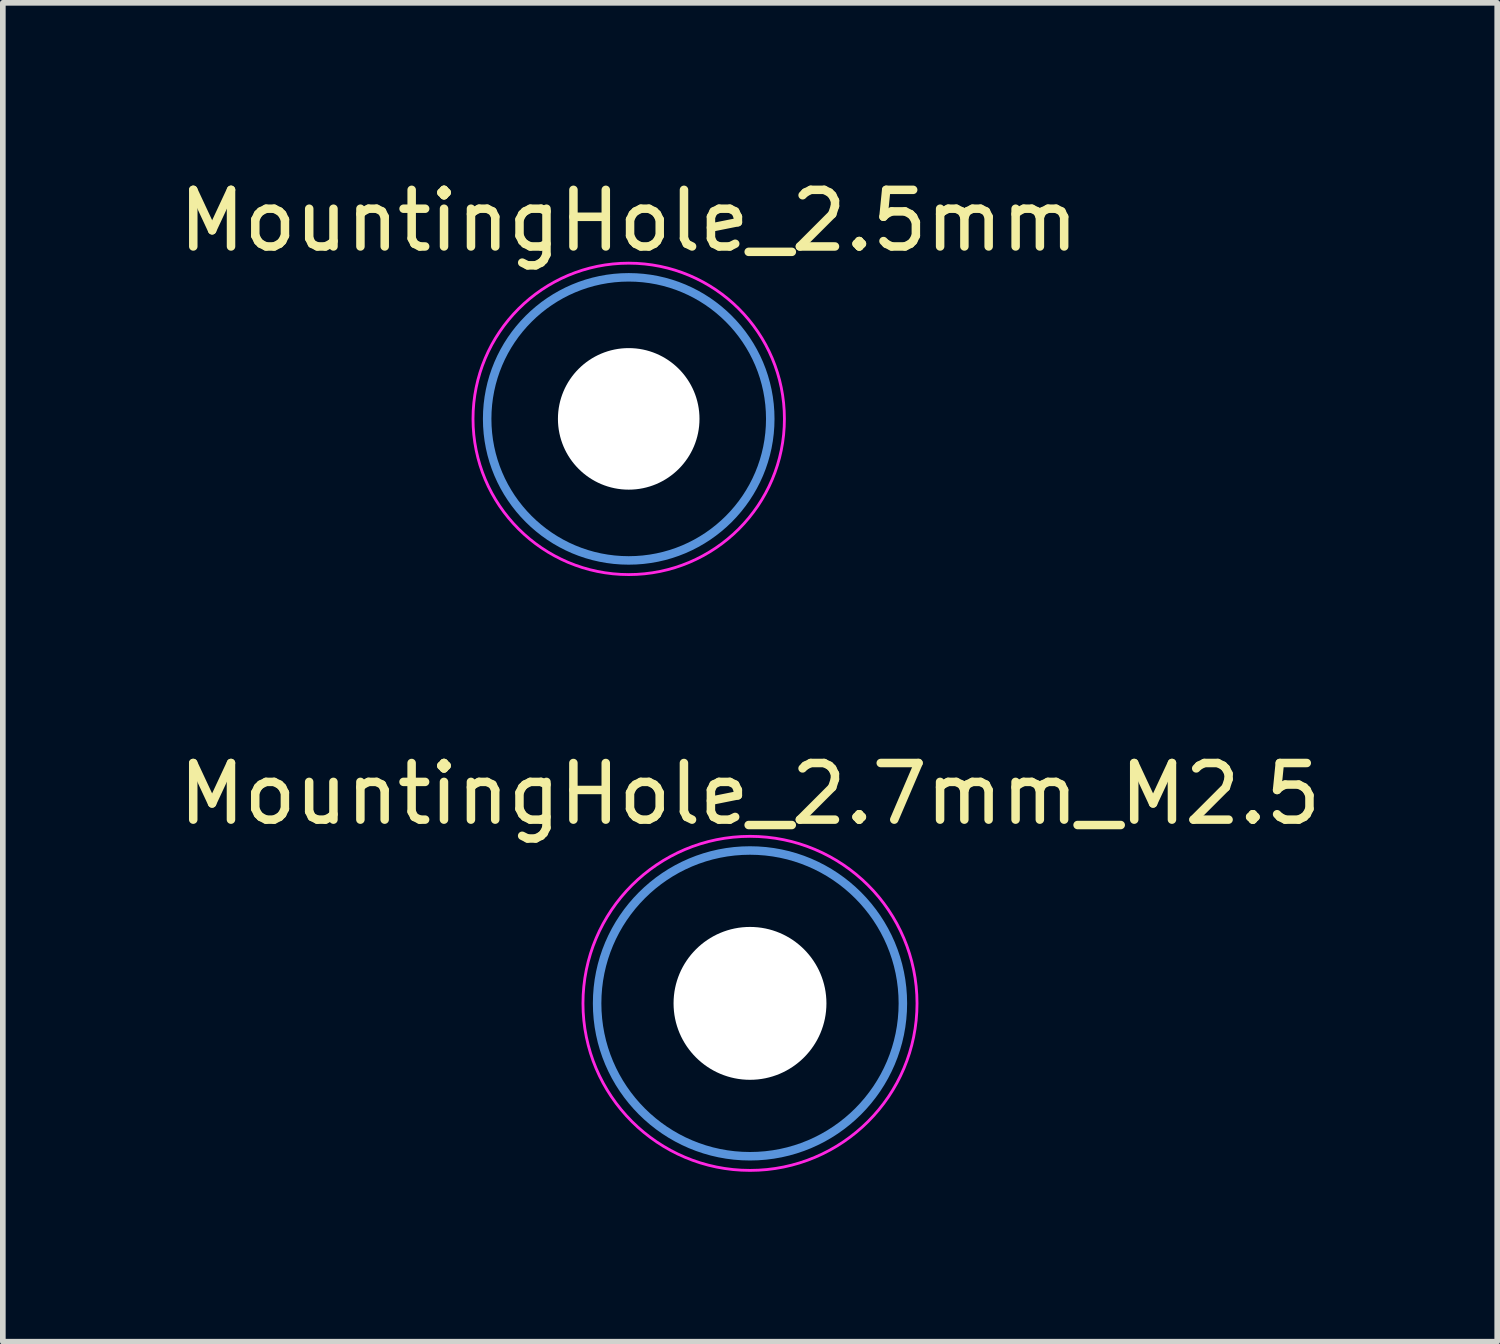
<source format=kicad_pcb>
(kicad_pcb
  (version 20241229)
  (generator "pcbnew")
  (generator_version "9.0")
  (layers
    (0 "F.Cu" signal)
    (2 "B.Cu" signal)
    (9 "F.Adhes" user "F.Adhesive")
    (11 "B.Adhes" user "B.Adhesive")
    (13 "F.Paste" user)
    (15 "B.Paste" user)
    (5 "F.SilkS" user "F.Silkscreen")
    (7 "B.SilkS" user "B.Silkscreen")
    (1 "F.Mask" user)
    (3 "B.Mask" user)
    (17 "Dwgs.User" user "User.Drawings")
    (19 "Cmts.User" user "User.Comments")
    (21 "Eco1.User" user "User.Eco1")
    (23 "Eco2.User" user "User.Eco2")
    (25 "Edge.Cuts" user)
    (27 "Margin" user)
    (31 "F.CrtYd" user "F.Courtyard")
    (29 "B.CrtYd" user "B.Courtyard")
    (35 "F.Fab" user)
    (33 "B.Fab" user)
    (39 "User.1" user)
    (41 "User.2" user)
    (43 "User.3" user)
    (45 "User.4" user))
  (footprint "MountingHole_2.7mm_M2.5"
    (layer "F.Cu")
    (at 10.196 14.671)
    (property "Reference" "MountingHole_2.7mm_M2.5" (at 0 -3.7 0) (layer "F.SilkS") (effects (font (size 1 1) (thickness 0.15))))
    (attr exclude_from_pos_files exclude_from_bom)
    (fp_circle (center 0 0) (end 2.7 0) (stroke (width 0.15) (type solid)) (fill no) (layer "Cmts.User"))
    (fp_circle (center 0 0) (end 2.95 0) (stroke (width 0.05) (type solid)) (fill no) (layer "F.CrtYd"))
    (pad "" np_thru_hole circle (at 0 0) (size 2.7 2.7) (drill 2.7) (layers "*.Cu" "*.Mask")))
  (footprint "MountingHole_2.5mm"
    (layer "F.Cu")
    (at 8.054 4.348)
    (property "Reference" "MountingHole_2.5mm" (at 0 -3.5 0) (layer "F.SilkS") (effects (font (size 1 1) (thickness 0.15))))
    (attr exclude_from_pos_files exclude_from_bom)
    (fp_circle (center 0 0) (end 2.5 0) (stroke (width 0.15) (type solid)) (fill no) (layer "Cmts.User"))
    (fp_circle (center 0 0) (end 2.75 0) (stroke (width 0.05) (type solid)) (fill no) (layer "F.CrtYd"))
    (pad "" np_thru_hole circle (at 0 0) (size 2.5 2.5) (drill 2.5) (layers "*.Cu" "*.Mask")))
  (gr_rect
    (start -3 -3)
    (end 23.393 20.646)
    (stroke (width 0.1) (type default))
    (fill no)
    (layer "Edge.Cuts")))
</source>
